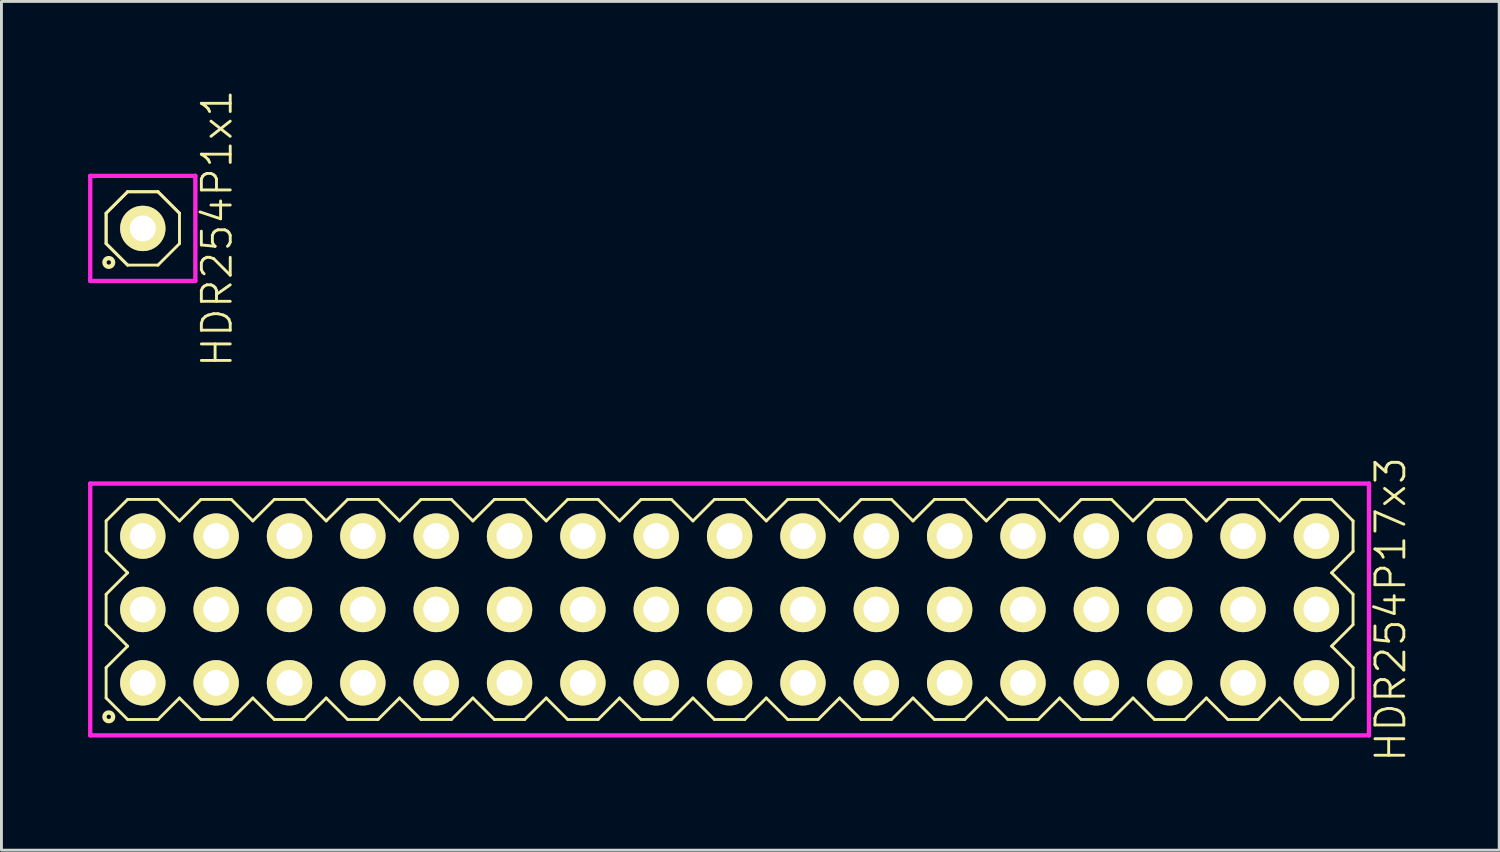
<source format=kicad_pcb>
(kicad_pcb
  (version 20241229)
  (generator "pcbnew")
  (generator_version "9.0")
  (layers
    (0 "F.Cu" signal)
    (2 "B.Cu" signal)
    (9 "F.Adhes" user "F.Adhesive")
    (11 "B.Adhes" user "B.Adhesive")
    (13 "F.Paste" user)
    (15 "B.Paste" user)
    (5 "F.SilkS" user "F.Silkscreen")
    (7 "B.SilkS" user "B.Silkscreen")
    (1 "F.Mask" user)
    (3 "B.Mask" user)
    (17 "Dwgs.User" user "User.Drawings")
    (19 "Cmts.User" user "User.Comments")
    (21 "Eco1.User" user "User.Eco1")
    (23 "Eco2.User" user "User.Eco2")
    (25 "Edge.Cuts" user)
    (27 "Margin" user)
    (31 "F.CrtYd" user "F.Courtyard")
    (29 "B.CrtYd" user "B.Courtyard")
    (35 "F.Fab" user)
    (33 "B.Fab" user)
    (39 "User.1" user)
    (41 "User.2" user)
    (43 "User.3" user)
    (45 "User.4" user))
  (footprint "HDR254P1x1"
    (layer "F.Cu")
    (at 1.895 4.86)
    (property "Reference" "HDR254P1x1" (at 2.57 0 90) (layer "F.SilkS") (effects (font (size 1 1) (thickness 0.1))))
    (attr through_hole)
    (fp_line (start -1.27 -0.526) (end -0.526 -1.27) (stroke (width 0.1) (type solid)) (layer "F.SilkS"))
    (fp_line (start -1.27 -0.526) (end -0.526 -1.27) (stroke (width 0.1) (type solid)) (layer "F.SilkS"))
    (fp_line (start -1.27 0.526) (end -1.27 -0.526) (stroke (width 0.1) (type solid)) (layer "F.SilkS"))
    (fp_line (start -1.27 0.526) (end -1.27 -0.526) (stroke (width 0.1) (type solid)) (layer "F.SilkS"))
    (fp_line (start -0.526 -1.27) (end 0.526 -1.27) (stroke (width 0.1) (type solid)) (layer "F.SilkS"))
    (fp_line (start -0.526 -1.27) (end 0.526 -1.27) (stroke (width 0.1) (type solid)) (layer "F.SilkS"))
    (fp_line (start -0.526 1.27) (end -1.27 0.526) (stroke (width 0.1) (type solid)) (layer "F.SilkS"))
    (fp_line (start -0.526 1.27) (end -1.27 0.526) (stroke (width 0.1) (type solid)) (layer "F.SilkS"))
    (fp_line (start 0.526 -1.27) (end 1.27 -0.526) (stroke (width 0.1) (type solid)) (layer "F.SilkS"))
    (fp_line (start 0.526 -1.27) (end 1.27 -0.526) (stroke (width 0.1) (type solid)) (layer "F.SilkS"))
    (fp_line (start 0.526 1.27) (end -0.526 1.27) (stroke (width 0.1) (type solid)) (layer "F.SilkS"))
    (fp_line (start 1.27 -0.526) (end 1.27 0.526) (stroke (width 0.1) (type solid)) (layer "F.SilkS"))
    (fp_line (start 1.27 0.526) (end 0.526 1.27) (stroke (width 0.1) (type solid)) (layer "F.SilkS"))
    (fp_circle (center -1.178 1.178) (end -1.028 1.178) (stroke (width 0.15) (type solid)) (fill no) (layer "F.SilkS"))
    (fp_line (start -1.82 -1.82) (end -1.82 1.82) (stroke (width 0.15) (type solid)) (layer "F.CrtYd"))
    (fp_line (start -1.82 1.82) (end 1.82 1.82) (stroke (width 0.15) (type solid)) (layer "F.CrtYd"))
    (fp_line (start 1.82 -1.82) (end -1.82 -1.82) (stroke (width 0.15) (type solid)) (layer "F.CrtYd"))
    (fp_line (start 1.82 1.82) (end 1.82 -1.82) (stroke (width 0.15) (type solid)) (layer "F.CrtYd"))
    (pad "1" thru_hole oval (at 0 0) (size 1.57 1.57) (drill 0.9) (layers "*.Cu" "*.Mask" "F.SilkS")))
  (footprint "HDR254P17x3"
    (layer "F.Cu")
    (at 22.215 18.055)
    (property "Reference" "HDR254P17x3" (at 22.89 0 90) (layer "F.SilkS") (effects (font (size 1 1) (thickness 0.1))))
    (attr through_hole)
    (fp_line (start -21.59 -3.066) (end -20.846 -3.81) (stroke (width 0.1) (type solid)) (layer "F.SilkS"))
    (fp_line (start -21.59 -2.014) (end -21.59 -3.066) (stroke (width 0.1) (type solid)) (layer "F.SilkS"))
    (fp_line (start -21.59 -0.526) (end -20.846 -1.27) (stroke (width 0.1) (type solid)) (layer "F.SilkS"))
    (fp_line (start -21.59 0.526) (end -21.59 -0.526) (stroke (width 0.1) (type solid)) (layer "F.SilkS"))
    (fp_line (start -21.59 2.014) (end -20.846 1.27) (stroke (width 0.1) (type solid)) (layer "F.SilkS"))
    (fp_line (start -21.59 3.066) (end -21.59 2.014) (stroke (width 0.1) (type solid)) (layer "F.SilkS"))
    (fp_line (start -20.846 -3.81) (end -19.794 -3.81) (stroke (width 0.1) (type solid)) (layer "F.SilkS"))
    (fp_line (start -20.846 -1.27) (end -21.59 -2.014) (stroke (width 0.1) (type solid)) (layer "F.SilkS"))
    (fp_line (start -20.846 1.27) (end -21.59 0.526) (stroke (width 0.1) (type solid)) (layer "F.SilkS"))
    (fp_line (start -20.846 3.81) (end -21.59 3.066) (stroke (width 0.1) (type solid)) (layer "F.SilkS"))
    (fp_line (start -19.794 -3.81) (end -19.05 -3.066) (stroke (width 0.1) (type solid)) (layer "F.SilkS"))
    (fp_line (start -19.794 3.81) (end -20.846 3.81) (stroke (width 0.1) (type solid)) (layer "F.SilkS"))
    (fp_line (start -19.05 -3.066) (end -18.306 -3.81) (stroke (width 0.1) (type solid)) (layer "F.SilkS"))
    (fp_line (start -19.05 3.066) (end -19.794 3.81) (stroke (width 0.1) (type solid)) (layer "F.SilkS"))
    (fp_line (start -18.306 -3.81) (end -17.254 -3.81) (stroke (width 0.1) (type solid)) (layer "F.SilkS"))
    (fp_line (start -18.306 3.81) (end -19.05 3.066) (stroke (width 0.1) (type solid)) (layer "F.SilkS"))
    (fp_line (start -17.254 -3.81) (end -16.51 -3.066) (stroke (width 0.1) (type solid)) (layer "F.SilkS"))
    (fp_line (start -17.254 3.81) (end -18.306 3.81) (stroke (width 0.1) (type solid)) (layer "F.SilkS"))
    (fp_line (start -16.51 -3.066) (end -15.766 -3.81) (stroke (width 0.1) (type solid)) (layer "F.SilkS"))
    (fp_line (start -16.51 3.066) (end -17.254 3.81) (stroke (width 0.1) (type solid)) (layer "F.SilkS"))
    (fp_line (start -15.766 -3.81) (end -14.714 -3.81) (stroke (width 0.1) (type solid)) (layer "F.SilkS"))
    (fp_line (start -15.766 3.81) (end -16.51 3.066) (stroke (width 0.1) (type solid)) (layer "F.SilkS"))
    (fp_line (start -14.714 -3.81) (end -13.97 -3.066) (stroke (width 0.1) (type solid)) (layer "F.SilkS"))
    (fp_line (start -14.714 3.81) (end -15.766 3.81) (stroke (width 0.1) (type solid)) (layer "F.SilkS"))
    (fp_line (start -13.97 -3.066) (end -13.226 -3.81) (stroke (width 0.1) (type solid)) (layer "F.SilkS"))
    (fp_line (start -13.97 3.066) (end -14.714 3.81) (stroke (width 0.1) (type solid)) (layer "F.SilkS"))
    (fp_line (start -13.226 -3.81) (end -12.174 -3.81) (stroke (width 0.1) (type solid)) (layer "F.SilkS"))
    (fp_line (start -13.226 3.81) (end -13.97 3.066) (stroke (width 0.1) (type solid)) (layer "F.SilkS"))
    (fp_line (start -12.174 -3.81) (end -11.43 -3.066) (stroke (width 0.1) (type solid)) (layer "F.SilkS"))
    (fp_line (start -12.174 3.81) (end -13.226 3.81) (stroke (width 0.1) (type solid)) (layer "F.SilkS"))
    (fp_line (start -11.43 -3.066) (end -10.686 -3.81) (stroke (width 0.1) (type solid)) (layer "F.SilkS"))
    (fp_line (start -11.43 3.066) (end -12.174 3.81) (stroke (width 0.1) (type solid)) (layer "F.SilkS"))
    (fp_line (start -10.686 -3.81) (end -9.634 -3.81) (stroke (width 0.1) (type solid)) (layer "F.SilkS"))
    (fp_line (start -10.686 3.81) (end -11.43 3.066) (stroke (width 0.1) (type solid)) (layer "F.SilkS"))
    (fp_line (start -9.634 -3.81) (end -8.89 -3.066) (stroke (width 0.1) (type solid)) (layer "F.SilkS"))
    (fp_line (start -9.634 3.81) (end -10.686 3.81) (stroke (width 0.1) (type solid)) (layer "F.SilkS"))
    (fp_line (start -8.89 -3.066) (end -8.146 -3.81) (stroke (width 0.1) (type solid)) (layer "F.SilkS"))
    (fp_line (start -8.89 3.066) (end -9.634 3.81) (stroke (width 0.1) (type solid)) (layer "F.SilkS"))
    (fp_line (start -8.146 -3.81) (end -7.094 -3.81) (stroke (width 0.1) (type solid)) (layer "F.SilkS"))
    (fp_line (start -8.146 3.81) (end -8.89 3.066) (stroke (width 0.1) (type solid)) (layer "F.SilkS"))
    (fp_line (start -7.094 -3.81) (end -6.35 -3.066) (stroke (width 0.1) (type solid)) (layer "F.SilkS"))
    (fp_line (start -7.094 3.81) (end -8.146 3.81) (stroke (width 0.1) (type solid)) (layer "F.SilkS"))
    (fp_line (start -6.35 -3.066) (end -5.606 -3.81) (stroke (width 0.1) (type solid)) (layer "F.SilkS"))
    (fp_line (start -6.35 3.066) (end -7.094 3.81) (stroke (width 0.1) (type solid)) (layer "F.SilkS"))
    (fp_line (start -5.606 -3.81) (end -4.554 -3.81) (stroke (width 0.1) (type solid)) (layer "F.SilkS"))
    (fp_line (start -5.606 3.81) (end -6.35 3.066) (stroke (width 0.1) (type solid)) (layer "F.SilkS"))
    (fp_line (start -4.554 -3.81) (end -3.81 -3.066) (stroke (width 0.1) (type solid)) (layer "F.SilkS"))
    (fp_line (start -4.554 3.81) (end -5.606 3.81) (stroke (width 0.1) (type solid)) (layer "F.SilkS"))
    (fp_line (start -3.81 -3.066) (end -3.066 -3.81) (stroke (width 0.1) (type solid)) (layer "F.SilkS"))
    (fp_line (start -3.81 3.066) (end -4.554 3.81) (stroke (width 0.1) (type solid)) (layer "F.SilkS"))
    (fp_line (start -3.066 -3.81) (end -2.014 -3.81) (stroke (width 0.1) (type solid)) (layer "F.SilkS"))
    (fp_line (start -3.066 3.81) (end -3.81 3.066) (stroke (width 0.1) (type solid)) (layer "F.SilkS"))
    (fp_line (start -2.014 -3.81) (end -1.27 -3.066) (stroke (width 0.1) (type solid)) (layer "F.SilkS"))
    (fp_line (start -2.014 3.81) (end -3.066 3.81) (stroke (width 0.1) (type solid)) (layer "F.SilkS"))
    (fp_line (start -1.27 -3.066) (end -0.526 -3.81) (stroke (width 0.1) (type solid)) (layer "F.SilkS"))
    (fp_line (start -1.27 3.066) (end -2.014 3.81) (stroke (width 0.1) (type solid)) (layer "F.SilkS"))
    (fp_line (start -0.526 -3.81) (end 0.526 -3.81) (stroke (width 0.1) (type solid)) (layer "F.SilkS"))
    (fp_line (start -0.526 3.81) (end -1.27 3.066) (stroke (width 0.1) (type solid)) (layer "F.SilkS"))
    (fp_line (start 0.526 -3.81) (end 1.27 -3.066) (stroke (width 0.1) (type solid)) (layer "F.SilkS"))
    (fp_line (start 0.526 3.81) (end -0.526 3.81) (stroke (width 0.1) (type solid)) (layer "F.SilkS"))
    (fp_line (start 1.27 -3.066) (end 2.014 -3.81) (stroke (width 0.1) (type solid)) (layer "F.SilkS"))
    (fp_line (start 1.27 3.066) (end 0.526 3.81) (stroke (width 0.1) (type solid)) (layer "F.SilkS"))
    (fp_line (start 2.014 -3.81) (end 3.066 -3.81) (stroke (width 0.1) (type solid)) (layer "F.SilkS"))
    (fp_line (start 2.014 3.81) (end 1.27 3.066) (stroke (width 0.1) (type solid)) (layer "F.SilkS"))
    (fp_line (start 3.066 -3.81) (end 3.81 -3.066) (stroke (width 0.1) (type solid)) (layer "F.SilkS"))
    (fp_line (start 3.066 3.81) (end 2.014 3.81) (stroke (width 0.1) (type solid)) (layer "F.SilkS"))
    (fp_line (start 3.81 -3.066) (end 4.554 -3.81) (stroke (width 0.1) (type solid)) (layer "F.SilkS"))
    (fp_line (start 3.81 3.066) (end 3.066 3.81) (stroke (width 0.1) (type solid)) (layer "F.SilkS"))
    (fp_line (start 4.554 -3.81) (end 5.606 -3.81) (stroke (width 0.1) (type solid)) (layer "F.SilkS"))
    (fp_line (start 4.554 3.81) (end 3.81 3.066) (stroke (width 0.1) (type solid)) (layer "F.SilkS"))
    (fp_line (start 5.606 -3.81) (end 6.35 -3.066) (stroke (width 0.1) (type solid)) (layer "F.SilkS"))
    (fp_line (start 5.606 3.81) (end 4.554 3.81) (stroke (width 0.1) (type solid)) (layer "F.SilkS"))
    (fp_line (start 6.35 -3.066) (end 7.094 -3.81) (stroke (width 0.1) (type solid)) (layer "F.SilkS"))
    (fp_line (start 6.35 3.066) (end 5.606 3.81) (stroke (width 0.1) (type solid)) (layer "F.SilkS"))
    (fp_line (start 7.094 -3.81) (end 8.146 -3.81) (stroke (width 0.1) (type solid)) (layer "F.SilkS"))
    (fp_line (start 7.094 3.81) (end 6.35 3.066) (stroke (width 0.1) (type solid)) (layer "F.SilkS"))
    (fp_line (start 8.146 -3.81) (end 8.89 -3.066) (stroke (width 0.1) (type solid)) (layer "F.SilkS"))
    (fp_line (start 8.146 3.81) (end 7.094 3.81) (stroke (width 0.1) (type solid)) (layer "F.SilkS"))
    (fp_line (start 8.89 -3.066) (end 9.634 -3.81) (stroke (width 0.1) (type solid)) (layer "F.SilkS"))
    (fp_line (start 8.89 3.066) (end 8.146 3.81) (stroke (width 0.1) (type solid)) (layer "F.SilkS"))
    (fp_line (start 9.634 -3.81) (end 10.686 -3.81) (stroke (width 0.1) (type solid)) (layer "F.SilkS"))
    (fp_line (start 9.634 3.81) (end 8.89 3.066) (stroke (width 0.1) (type solid)) (layer "F.SilkS"))
    (fp_line (start 10.686 -3.81) (end 11.43 -3.066) (stroke (width 0.1) (type solid)) (layer "F.SilkS"))
    (fp_line (start 10.686 3.81) (end 9.634 3.81) (stroke (width 0.1) (type solid)) (layer "F.SilkS"))
    (fp_line (start 11.43 -3.066) (end 12.174 -3.81) (stroke (width 0.1) (type solid)) (layer "F.SilkS"))
    (fp_line (start 11.43 3.066) (end 10.686 3.81) (stroke (width 0.1) (type solid)) (layer "F.SilkS"))
    (fp_line (start 12.174 -3.81) (end 13.226 -3.81) (stroke (width 0.1) (type solid)) (layer "F.SilkS"))
    (fp_line (start 12.174 3.81) (end 11.43 3.066) (stroke (width 0.1) (type solid)) (layer "F.SilkS"))
    (fp_line (start 13.226 -3.81) (end 13.97 -3.066) (stroke (width 0.1) (type solid)) (layer "F.SilkS"))
    (fp_line (start 13.226 3.81) (end 12.174 3.81) (stroke (width 0.1) (type solid)) (layer "F.SilkS"))
    (fp_line (start 13.97 -3.066) (end 14.714 -3.81) (stroke (width 0.1) (type solid)) (layer "F.SilkS"))
    (fp_line (start 13.97 3.066) (end 13.226 3.81) (stroke (width 0.1) (type solid)) (layer "F.SilkS"))
    (fp_line (start 14.714 -3.81) (end 15.766 -3.81) (stroke (width 0.1) (type solid)) (layer "F.SilkS"))
    (fp_line (start 14.714 3.81) (end 13.97 3.066) (stroke (width 0.1) (type solid)) (layer "F.SilkS"))
    (fp_line (start 15.766 -3.81) (end 16.51 -3.066) (stroke (width 0.1) (type solid)) (layer "F.SilkS"))
    (fp_line (start 15.766 3.81) (end 14.714 3.81) (stroke (width 0.1) (type solid)) (layer "F.SilkS"))
    (fp_line (start 16.51 -3.066) (end 17.254 -3.81) (stroke (width 0.1) (type solid)) (layer "F.SilkS"))
    (fp_line (start 16.51 3.066) (end 15.766 3.81) (stroke (width 0.1) (type solid)) (layer "F.SilkS"))
    (fp_line (start 17.254 -3.81) (end 18.306 -3.81) (stroke (width 0.1) (type solid)) (layer "F.SilkS"))
    (fp_line (start 17.254 3.81) (end 16.51 3.066) (stroke (width 0.1) (type solid)) (layer "F.SilkS"))
    (fp_line (start 18.306 -3.81) (end 19.05 -3.066) (stroke (width 0.1) (type solid)) (layer "F.SilkS"))
    (fp_line (start 18.306 3.81) (end 17.254 3.81) (stroke (width 0.1) (type solid)) (layer "F.SilkS"))
    (fp_line (start 19.05 -3.066) (end 19.794 -3.81) (stroke (width 0.1) (type solid)) (layer "F.SilkS"))
    (fp_line (start 19.05 3.066) (end 18.306 3.81) (stroke (width 0.1) (type solid)) (layer "F.SilkS"))
    (fp_line (start 19.794 -3.81) (end 20.846 -3.81) (stroke (width 0.1) (type solid)) (layer "F.SilkS"))
    (fp_line (start 19.794 3.81) (end 19.05 3.066) (stroke (width 0.1) (type solid)) (layer "F.SilkS"))
    (fp_line (start 20.846 -3.81) (end 21.59 -3.066) (stroke (width 0.1) (type solid)) (layer "F.SilkS"))
    (fp_line (start 20.846 -1.27) (end 21.59 -0.526) (stroke (width 0.1) (type solid)) (layer "F.SilkS"))
    (fp_line (start 20.846 1.27) (end 21.59 2.014) (stroke (width 0.1) (type solid)) (layer "F.SilkS"))
    (fp_line (start 20.846 3.81) (end 19.794 3.81) (stroke (width 0.1) (type solid)) (layer "F.SilkS"))
    (fp_line (start 21.59 -3.066) (end 21.59 -2.014) (stroke (width 0.1) (type solid)) (layer "F.SilkS"))
    (fp_line (start 21.59 -2.014) (end 20.846 -1.27) (stroke (width 0.1) (type solid)) (layer "F.SilkS"))
    (fp_line (start 21.59 -0.526) (end 21.59 0.526) (stroke (width 0.1) (type solid)) (layer "F.SilkS"))
    (fp_line (start 21.59 0.526) (end 20.846 1.27) (stroke (width 0.1) (type solid)) (layer "F.SilkS"))
    (fp_line (start 21.59 2.014) (end 21.59 3.066) (stroke (width 0.1) (type solid)) (layer "F.SilkS"))
    (fp_line (start 21.59 3.066) (end 20.846 3.81) (stroke (width 0.1) (type solid)) (layer "F.SilkS"))
    (fp_circle (center -21.498 3.718) (end -21.348 3.718) (stroke (width 0.15) (type solid)) (fill no) (layer "F.SilkS"))
    (fp_line (start -22.14 -4.36) (end -22.14 4.36) (stroke (width 0.15) (type solid)) (layer "F.CrtYd"))
    (fp_line (start -22.14 4.36) (end 22.14 4.36) (stroke (width 0.15) (type solid)) (layer "F.CrtYd"))
    (fp_line (start 22.14 -4.36) (end -22.14 -4.36) (stroke (width 0.15) (type solid)) (layer "F.CrtYd"))
    (fp_line (start 22.14 4.36) (end 22.14 -4.36) (stroke (width 0.15) (type solid)) (layer "F.CrtYd"))
    (pad "1" thru_hole oval (at -20.32 2.54) (size 1.57 1.57) (drill 0.9) (layers "*.Cu" "*.Mask" "F.SilkS"))
    (pad "2" thru_hole oval (at -20.32 0) (size 1.57 1.57) (drill 0.9) (layers "*.Cu" "*.Mask" "F.SilkS"))
    (pad "3" thru_hole oval (at -20.32 -2.54) (size 1.57 1.57) (drill 0.9) (layers "*.Cu" "*.Mask" "F.SilkS"))
    (pad "4" thru_hole oval (at -17.78 2.54) (size 1.57 1.57) (drill 0.9) (layers "*.Cu" "*.Mask" "F.SilkS"))
    (pad "5" thru_hole oval (at -17.78 0) (size 1.57 1.57) (drill 0.9) (layers "*.Cu" "*.Mask" "F.SilkS"))
    (pad "6" thru_hole oval (at -17.78 -2.54) (size 1.57 1.57) (drill 0.9) (layers "*.Cu" "*.Mask" "F.SilkS"))
    (pad "7" thru_hole oval (at -15.24 2.54) (size 1.57 1.57) (drill 0.9) (layers "*.Cu" "*.Mask" "F.SilkS"))
    (pad "8" thru_hole oval (at -15.24 0) (size 1.57 1.57) (drill 0.9) (layers "*.Cu" "*.Mask" "F.SilkS"))
    (pad "9" thru_hole oval (at -15.24 -2.54) (size 1.57 1.57) (drill 0.9) (layers "*.Cu" "*.Mask" "F.SilkS"))
    (pad "10" thru_hole oval (at -12.7 2.54) (size 1.57 1.57) (drill 0.9) (layers "*.Cu" "*.Mask" "F.SilkS"))
    (pad "11" thru_hole oval (at -12.7 0) (size 1.57 1.57) (drill 0.9) (layers "*.Cu" "*.Mask" "F.SilkS"))
    (pad "12" thru_hole oval (at -12.7 -2.54) (size 1.57 1.57) (drill 0.9) (layers "*.Cu" "*.Mask" "F.SilkS"))
    (pad "13" thru_hole oval (at -10.16 2.54) (size 1.57 1.57) (drill 0.9) (layers "*.Cu" "*.Mask" "F.SilkS"))
    (pad "14" thru_hole oval (at -10.16 0) (size 1.57 1.57) (drill 0.9) (layers "*.Cu" "*.Mask" "F.SilkS"))
    (pad "15" thru_hole oval (at -10.16 -2.54) (size 1.57 1.57) (drill 0.9) (layers "*.Cu" "*.Mask" "F.SilkS"))
    (pad "16" thru_hole oval (at -7.62 2.54) (size 1.57 1.57) (drill 0.9) (layers "*.Cu" "*.Mask" "F.SilkS"))
    (pad "17" thru_hole oval (at -7.62 0) (size 1.57 1.57) (drill 0.9) (layers "*.Cu" "*.Mask" "F.SilkS"))
    (pad "18" thru_hole oval (at -7.62 -2.54) (size 1.57 1.57) (drill 0.9) (layers "*.Cu" "*.Mask" "F.SilkS"))
    (pad "19" thru_hole oval (at -5.08 2.54) (size 1.57 1.57) (drill 0.9) (layers "*.Cu" "*.Mask" "F.SilkS"))
    (pad "20" thru_hole oval (at -5.08 0) (size 1.57 1.57) (drill 0.9) (layers "*.Cu" "*.Mask" "F.SilkS"))
    (pad "21" thru_hole oval (at -5.08 -2.54) (size 1.57 1.57) (drill 0.9) (layers "*.Cu" "*.Mask" "F.SilkS"))
    (pad "22" thru_hole oval (at -2.54 2.54) (size 1.57 1.57) (drill 0.9) (layers "*.Cu" "*.Mask" "F.SilkS"))
    (pad "23" thru_hole oval (at -2.54 0) (size 1.57 1.57) (drill 0.9) (layers "*.Cu" "*.Mask" "F.SilkS"))
    (pad "24" thru_hole oval (at -2.54 -2.54) (size 1.57 1.57) (drill 0.9) (layers "*.Cu" "*.Mask" "F.SilkS"))
    (pad "25" thru_hole oval (at 0 2.54) (size 1.57 1.57) (drill 0.9) (layers "*.Cu" "*.Mask" "F.SilkS"))
    (pad "26" thru_hole oval (at 0 0) (size 1.57 1.57) (drill 0.9) (layers "*.Cu" "*.Mask" "F.SilkS"))
    (pad "27" thru_hole oval (at 0 -2.54) (size 1.57 1.57) (drill 0.9) (layers "*.Cu" "*.Mask" "F.SilkS"))
    (pad "28" thru_hole oval (at 2.54 2.54) (size 1.57 1.57) (drill 0.9) (layers "*.Cu" "*.Mask" "F.SilkS"))
    (pad "29" thru_hole oval (at 2.54 0) (size 1.57 1.57) (drill 0.9) (layers "*.Cu" "*.Mask" "F.SilkS"))
    (pad "30" thru_hole oval (at 2.54 -2.54) (size 1.57 1.57) (drill 0.9) (layers "*.Cu" "*.Mask" "F.SilkS"))
    (pad "31" thru_hole oval (at 5.08 2.54) (size 1.57 1.57) (drill 0.9) (layers "*.Cu" "*.Mask" "F.SilkS"))
    (pad "32" thru_hole oval (at 5.08 0) (size 1.57 1.57) (drill 0.9) (layers "*.Cu" "*.Mask" "F.SilkS"))
    (pad "33" thru_hole oval (at 5.08 -2.54) (size 1.57 1.57) (drill 0.9) (layers "*.Cu" "*.Mask" "F.SilkS"))
    (pad "34" thru_hole oval (at 7.62 2.54) (size 1.57 1.57) (drill 0.9) (layers "*.Cu" "*.Mask" "F.SilkS"))
    (pad "35" thru_hole oval (at 7.62 0) (size 1.57 1.57) (drill 0.9) (layers "*.Cu" "*.Mask" "F.SilkS"))
    (pad "36" thru_hole oval (at 7.62 -2.54) (size 1.57 1.57) (drill 0.9) (layers "*.Cu" "*.Mask" "F.SilkS"))
    (pad "37" thru_hole oval (at 10.16 2.54) (size 1.57 1.57) (drill 0.9) (layers "*.Cu" "*.Mask" "F.SilkS"))
    (pad "38" thru_hole oval (at 10.16 0) (size 1.57 1.57) (drill 0.9) (layers "*.Cu" "*.Mask" "F.SilkS"))
    (pad "39" thru_hole oval (at 10.16 -2.54) (size 1.57 1.57) (drill 0.9) (layers "*.Cu" "*.Mask" "F.SilkS"))
    (pad "40" thru_hole oval (at 12.7 2.54) (size 1.57 1.57) (drill 0.9) (layers "*.Cu" "*.Mask" "F.SilkS"))
    (pad "41" thru_hole oval (at 12.7 0) (size 1.57 1.57) (drill 0.9) (layers "*.Cu" "*.Mask" "F.SilkS"))
    (pad "42" thru_hole oval (at 12.7 -2.54) (size 1.57 1.57) (drill 0.9) (layers "*.Cu" "*.Mask" "F.SilkS"))
    (pad "43" thru_hole oval (at 15.24 2.54) (size 1.57 1.57) (drill 0.9) (layers "*.Cu" "*.Mask" "F.SilkS"))
    (pad "44" thru_hole oval (at 15.24 0) (size 1.57 1.57) (drill 0.9) (layers "*.Cu" "*.Mask" "F.SilkS"))
    (pad "45" thru_hole oval (at 15.24 -2.54) (size 1.57 1.57) (drill 0.9) (layers "*.Cu" "*.Mask" "F.SilkS"))
    (pad "46" thru_hole oval (at 17.78 2.54) (size 1.57 1.57) (drill 0.9) (layers "*.Cu" "*.Mask" "F.SilkS"))
    (pad "47" thru_hole oval (at 17.78 0) (size 1.57 1.57) (drill 0.9) (layers "*.Cu" "*.Mask" "F.SilkS"))
    (pad "48" thru_hole oval (at 17.78 -2.54) (size 1.57 1.57) (drill 0.9) (layers "*.Cu" "*.Mask" "F.SilkS"))
    (pad "49" thru_hole oval (at 20.32 2.54) (size 1.57 1.57) (drill 0.9) (layers "*.Cu" "*.Mask" "F.SilkS"))
    (pad "50" thru_hole oval (at 20.32 0) (size 1.57 1.57) (drill 0.9) (layers "*.Cu" "*.Mask" "F.SilkS"))
    (pad "51" thru_hole oval (at 20.32 -2.54) (size 1.57 1.57) (drill 0.9) (layers "*.Cu" "*.Mask" "F.SilkS")))
  (gr_rect
    (start -3 -3)
    (end 48.865 26.39)
    (stroke (width 0.1) (type default))
    (fill no)
    (layer "Edge.Cuts")))
</source>
